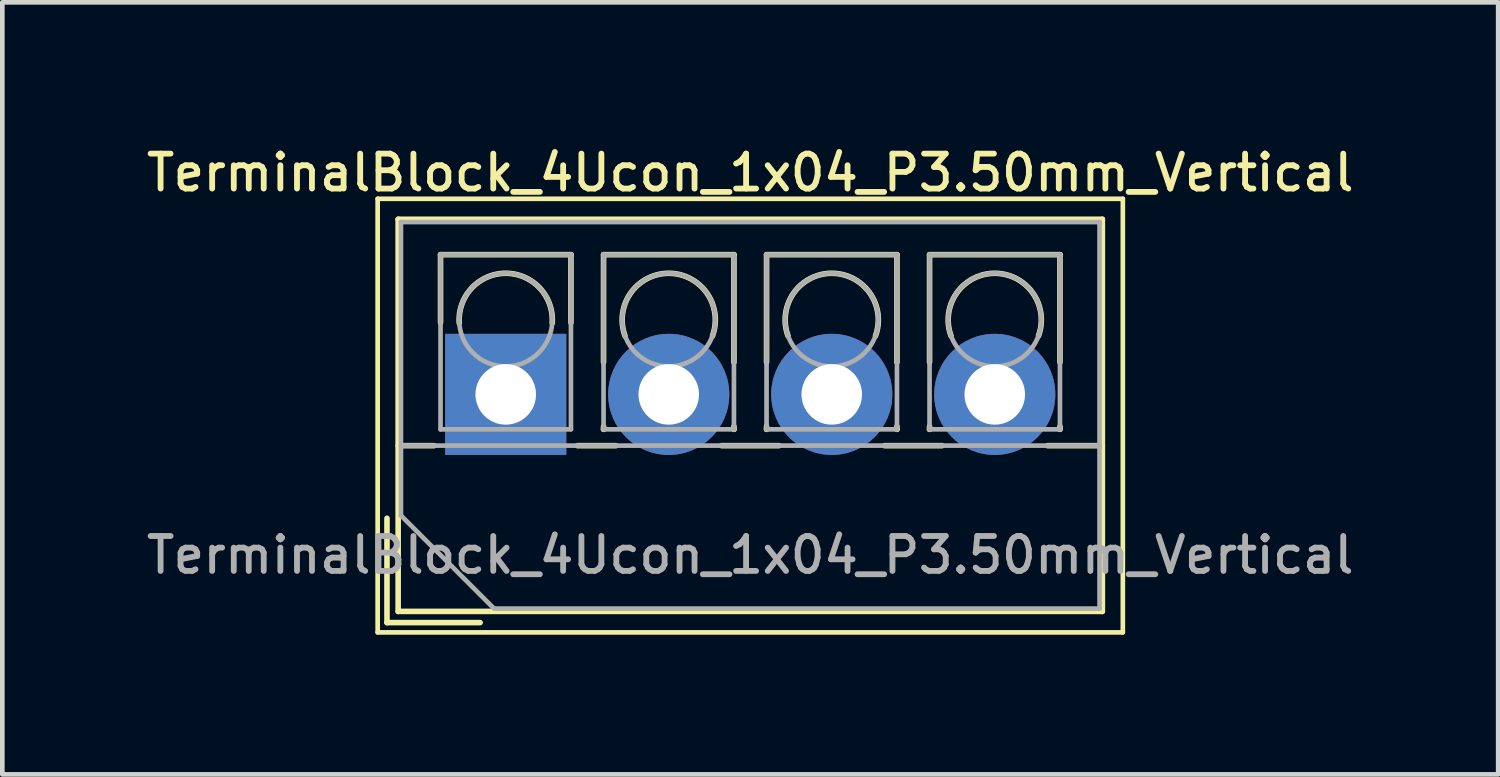
<source format=kicad_pcb>
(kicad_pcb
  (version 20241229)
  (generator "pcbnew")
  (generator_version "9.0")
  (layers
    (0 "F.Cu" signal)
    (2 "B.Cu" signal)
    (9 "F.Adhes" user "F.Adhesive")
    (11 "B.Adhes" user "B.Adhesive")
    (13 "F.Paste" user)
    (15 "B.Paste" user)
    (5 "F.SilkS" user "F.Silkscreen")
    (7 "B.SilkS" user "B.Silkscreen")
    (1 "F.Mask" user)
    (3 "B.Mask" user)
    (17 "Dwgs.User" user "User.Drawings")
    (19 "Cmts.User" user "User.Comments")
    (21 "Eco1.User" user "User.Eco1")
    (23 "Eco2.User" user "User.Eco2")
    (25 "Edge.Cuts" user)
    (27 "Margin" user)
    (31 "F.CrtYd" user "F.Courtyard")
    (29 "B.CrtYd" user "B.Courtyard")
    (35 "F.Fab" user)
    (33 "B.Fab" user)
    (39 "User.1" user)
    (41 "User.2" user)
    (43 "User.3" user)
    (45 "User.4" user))
  (footprint "TerminalBlock_4Ucon_1x04_P3.50mm_Vertical"
    (layer "F.Cu")
    (at 7.809 5.418)
    (property "Reference" "TerminalBlock_4Ucon_1x04_P3.50mm_Vertical" (at 5.25 -4.76 0) (layer "F.SilkS") (effects (font (size 0.75 0.75) (thickness 0.125))))
    (attr through_hole)
    (fp_line (start -2.75 -4.2) (end -2.75 5.11) (stroke (width 0.1) (type solid)) (layer "F.SilkS"))
    (fp_line (start -2.75 5.11) (end 13.25 5.11) (stroke (width 0.1) (type solid)) (layer "F.SilkS"))
    (fp_line (start -2.55 2.66) (end -2.55 4.9) (stroke (width 0.12) (type solid)) (layer "F.SilkS"))
    (fp_line (start -2.55 4.9) (end -0.55 4.9) (stroke (width 0.12) (type solid)) (layer "F.SilkS"))
    (fp_line (start -2.31 -3.76) (end -2.31 4.66) (stroke (width 0.12) (type solid)) (layer "F.SilkS"))
    (fp_line (start -2.31 -3.76) (end 12.81 -3.76) (stroke (width 0.12) (type solid)) (layer "F.SilkS"))
    (fp_line (start -2.31 1.101) (end -1.54 1.101) (stroke (width 0.12) (type solid)) (layer "F.SilkS"))
    (fp_line (start -2.31 4.66) (end 12.81 4.66) (stroke (width 0.12) (type solid)) (layer "F.SilkS"))
    (fp_line (start -1.4 -3) (end -1.4 -1.54) (stroke (width 0.12) (type solid)) (layer "F.SilkS"))
    (fp_line (start -1.4 -3) (end 1.4 -3) (stroke (width 0.12) (type solid)) (layer "F.SilkS"))
    (fp_line (start 1.4 -3) (end 1.4 -1.54) (stroke (width 0.12) (type solid)) (layer "F.SilkS"))
    (fp_line (start 1.54 1.101) (end 2.367 1.101) (stroke (width 0.12) (type solid)) (layer "F.SilkS"))
    (fp_line (start 2.1 -3) (end 2.1 -0.689) (stroke (width 0.12) (type solid)) (layer "F.SilkS"))
    (fp_line (start 2.1 -3) (end 4.9 -3) (stroke (width 0.12) (type solid)) (layer "F.SilkS"))
    (fp_line (start 2.1 0.689) (end 2.1 0.75) (stroke (width 0.12) (type solid)) (layer "F.SilkS"))
    (fp_line (start 2.1 0.75) (end 2.101 0.75) (stroke (width 0.12) (type solid)) (layer "F.SilkS"))
    (fp_line (start 4.634 1.101) (end 5.867 1.101) (stroke (width 0.12) (type solid)) (layer "F.SilkS"))
    (fp_line (start 4.9 -3) (end 4.9 -0.689) (stroke (width 0.12) (type solid)) (layer "F.SilkS"))
    (fp_line (start 4.9 0.689) (end 4.9 0.75) (stroke (width 0.12) (type solid)) (layer "F.SilkS"))
    (fp_line (start 4.9 0.75) (end 4.9 0.75) (stroke (width 0.12) (type solid)) (layer "F.SilkS"))
    (fp_line (start 5.6 -3) (end 5.6 -0.689) (stroke (width 0.12) (type solid)) (layer "F.SilkS"))
    (fp_line (start 5.6 -3) (end 8.4 -3) (stroke (width 0.12) (type solid)) (layer "F.SilkS"))
    (fp_line (start 5.6 0.689) (end 5.6 0.75) (stroke (width 0.12) (type solid)) (layer "F.SilkS"))
    (fp_line (start 5.6 0.75) (end 5.601 0.75) (stroke (width 0.12) (type solid)) (layer "F.SilkS"))
    (fp_line (start 8.134 1.101) (end 9.367 1.101) (stroke (width 0.12) (type solid)) (layer "F.SilkS"))
    (fp_line (start 8.4 -3) (end 8.4 -0.689) (stroke (width 0.12) (type solid)) (layer "F.SilkS"))
    (fp_line (start 8.4 0.689) (end 8.4 0.75) (stroke (width 0.12) (type solid)) (layer "F.SilkS"))
    (fp_line (start 8.4 0.75) (end 8.4 0.75) (stroke (width 0.12) (type solid)) (layer "F.SilkS"))
    (fp_line (start 9.1 -3) (end 9.1 -0.689) (stroke (width 0.12) (type solid)) (layer "F.SilkS"))
    (fp_line (start 9.1 -3) (end 11.9 -3) (stroke (width 0.12) (type solid)) (layer "F.SilkS"))
    (fp_line (start 9.1 0.689) (end 9.1 0.75) (stroke (width 0.12) (type solid)) (layer "F.SilkS"))
    (fp_line (start 9.1 0.75) (end 9.101 0.75) (stroke (width 0.12) (type solid)) (layer "F.SilkS"))
    (fp_line (start 11.634 1.101) (end 12.81 1.101) (stroke (width 0.12) (type solid)) (layer "F.SilkS"))
    (fp_line (start 11.9 -3) (end 11.9 -0.689) (stroke (width 0.12) (type solid)) (layer "F.SilkS"))
    (fp_line (start 11.9 0.689) (end 11.9 0.75) (stroke (width 0.12) (type solid)) (layer "F.SilkS"))
    (fp_line (start 11.9 0.75) (end 11.9 0.75) (stroke (width 0.12) (type solid)) (layer "F.SilkS"))
    (fp_line (start 12.81 -3.76) (end 12.81 4.66) (stroke (width 0.12) (type solid)) (layer "F.SilkS"))
    (fp_line (start 13.25 -4.2) (end -2.75 -4.2) (stroke (width 0.1) (type solid)) (layer "F.SilkS"))
    (fp_line (start 13.25 5.11) (end 13.25 -4.2) (stroke (width 0.1) (type solid)) (layer "F.SilkS"))
    (fp_arc (start -0.99789 -1.529434) (mid -0.000785 -2.600382) (end 0.998 -1.531) (stroke (width 0.12) (type solid)) (layer "F.SilkS"))
    (fp_arc (start 2.560085 -1.257767) (mid 3.499876 -2.600282) (end 4.44 -1.258) (stroke (width 0.12) (type solid)) (layer "F.SilkS"))
    (fp_arc (start 6.060085 -1.257767) (mid 6.999876 -2.600282) (end 7.94 -1.258) (stroke (width 0.12) (type solid)) (layer "F.SilkS"))
    (fp_arc (start 9.560085 -1.257767) (mid 10.499876 -2.600282) (end 11.44 -1.258) (stroke (width 0.12) (type solid)) (layer "F.SilkS"))
    (fp_line (start -2.25 -3.7) (end 12.75 -3.7) (stroke (width 0.1) (type solid)) (layer "F.Fab"))
    (fp_line (start -2.25 1.1) (end 12.75 1.1) (stroke (width 0.1) (type solid)) (layer "F.Fab"))
    (fp_line (start -2.25 2.6) (end -2.25 -3.7) (stroke (width 0.1) (type solid)) (layer "F.Fab"))
    (fp_line (start -1.4 -3) (end -1.4 0.75) (stroke (width 0.1) (type solid)) (layer "F.Fab"))
    (fp_line (start -1.4 0.75) (end 1.4 0.75) (stroke (width 0.1) (type solid)) (layer "F.Fab"))
    (fp_line (start -0.25 4.6) (end -2.25 2.6) (stroke (width 0.1) (type solid)) (layer "F.Fab"))
    (fp_line (start 1.4 -3) (end -1.4 -3) (stroke (width 0.1) (type solid)) (layer "F.Fab"))
    (fp_line (start 1.4 0.75) (end 1.4 -3) (stroke (width 0.1) (type solid)) (layer "F.Fab"))
    (fp_line (start 2.1 -3) (end 2.1 0.75) (stroke (width 0.1) (type solid)) (layer "F.Fab"))
    (fp_line (start 2.1 0.75) (end 4.9 0.75) (stroke (width 0.1) (type solid)) (layer "F.Fab"))
    (fp_line (start 4.9 -3) (end 2.1 -3) (stroke (width 0.1) (type solid)) (layer "F.Fab"))
    (fp_line (start 4.9 0.75) (end 4.9 -3) (stroke (width 0.1) (type solid)) (layer "F.Fab"))
    (fp_line (start 5.6 -3) (end 5.6 0.75) (stroke (width 0.1) (type solid)) (layer "F.Fab"))
    (fp_line (start 5.6 0.75) (end 8.4 0.75) (stroke (width 0.1) (type solid)) (layer "F.Fab"))
    (fp_line (start 8.4 -3) (end 5.6 -3) (stroke (width 0.1) (type solid)) (layer "F.Fab"))
    (fp_line (start 8.4 0.75) (end 8.4 -3) (stroke (width 0.1) (type solid)) (layer "F.Fab"))
    (fp_line (start 9.1 -3) (end 9.1 0.75) (stroke (width 0.1) (type solid)) (layer "F.Fab"))
    (fp_line (start 9.1 0.75) (end 11.9 0.75) (stroke (width 0.1) (type solid)) (layer "F.Fab"))
    (fp_line (start 11.9 -3) (end 9.1 -3) (stroke (width 0.1) (type solid)) (layer "F.Fab"))
    (fp_line (start 11.9 0.75) (end 11.9 -3) (stroke (width 0.1) (type solid)) (layer "F.Fab"))
    (fp_line (start 12.75 -3.7) (end 12.75 4.6) (stroke (width 0.1) (type solid)) (layer "F.Fab"))
    (fp_line (start 12.75 4.6) (end -0.25 4.6) (stroke (width 0.1) (type solid)) (layer "F.Fab"))
    (fp_circle (center 0 -1.6) (end 1 -1.6) (stroke (width 0.1) (type solid)) (fill no) (layer "F.Fab"))
    (fp_circle (center 3.5 -1.6) (end 4.5 -1.6) (stroke (width 0.1) (type solid)) (fill no) (layer "F.Fab"))
    (fp_circle (center 7 -1.6) (end 8 -1.6) (stroke (width 0.1) (type solid)) (fill no) (layer "F.Fab"))
    (fp_circle (center 10.5 -1.6) (end 11.5 -1.6) (stroke (width 0.1) (type solid)) (fill no) (layer "F.Fab"))
    (fp_text user "${REFERENCE}" (at 5.25 3.45 0) (layer "F.Fab") (effects (font (size 0.75 0.75) (thickness 0.125))))
    (pad "1" thru_hole rect (at 0 0) (size 2.6 2.6) (drill 1.3) (layers "*.Cu" "*.Mask"))
    (pad "2" thru_hole circle (at 3.5 0) (size 2.6 2.6) (drill 1.3) (layers "*.Cu" "*.Mask"))
    (pad "3" thru_hole circle (at 7 0) (size 2.6 2.6) (drill 1.3) (layers "*.Cu" "*.Mask"))
    (pad "4" thru_hole circle (at 10.5 0) (size 2.6 2.6) (drill 1.3) (layers "*.Cu" "*.Mask")))
  (gr_rect
    (start -3 -3)
    (end 29.118 13.578)
    (stroke (width 0.1) (type default))
    (fill no)
    (layer "Edge.Cuts")))
</source>
